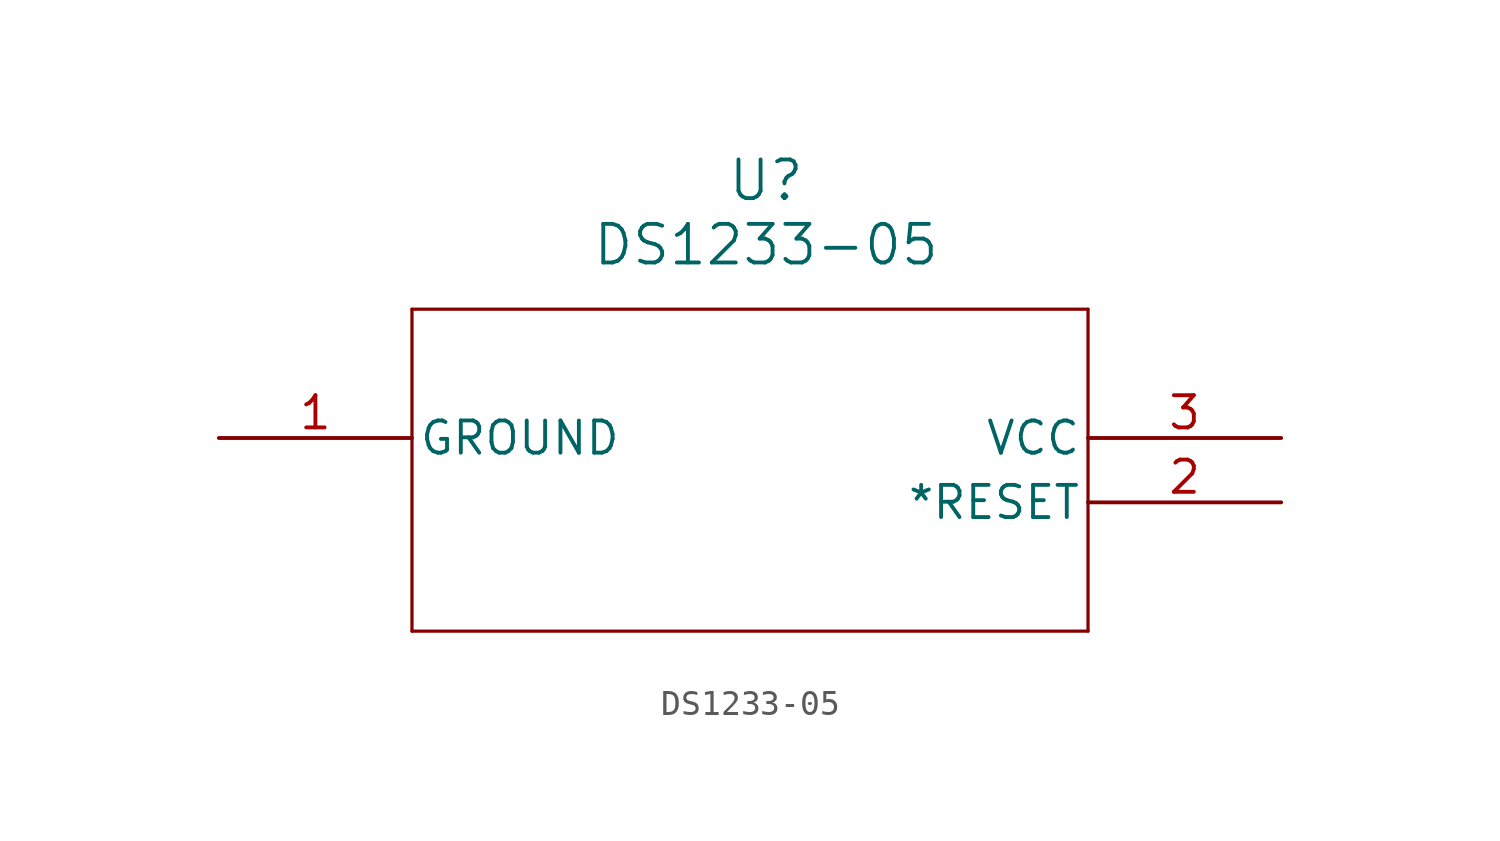
<source format=kicad_sym>
(kicad_symbol_lib
  (version 20220914)
  (generator kicad_symbol_editor)
  (symbol "DS1233-05"
    (pin_names
      (offset 0.254))
    (property "Reference" "U"
      (at 21.59 10.16 0)
      (effects (font (size 1.524 1.524))))
    (property "Value" "DS1233-05"
      (at 21.59 7.62 0)
      (effects (font (size 1.524 1.524))))
    (symbol "DS1233-05_0_1"
      (polyline (pts (xy 7.62 -7.62) (xy 34.29 -7.62)) (stroke (width 0.127) (type default)) (fill (type none)))
      (polyline (pts (xy 7.62 5.08) (xy 7.62 -7.62)) (stroke (width 0.127) (type default)) (fill (type none)))
      (polyline (pts (xy 34.29 -7.62) (xy 34.29 5.08)) (stroke (width 0.127) (type default)) (fill (type none)))
      (polyline (pts (xy 34.29 5.08) (xy 7.62 5.08)) (stroke (width 0.127) (type default)) (fill (type none)))
      (pin power_in line (at 0 0 0) (length 7.62) (name "GROUND" (effects (font (size 1.27 1.27)))) (number "1" (effects (font (size 1.27 1.27)))))
      (pin power_in line (at 41.91 0 180) (length 7.62) (name "VCC" (effects (font (size 1.27 1.27)))) (number "3" (effects (font (size 1.27 1.27))))))
    (symbol "DS1233-05_1_1"
      (pin output line (at 41.91 -2.54 180) (length 7.62) (name "*RESET" (effects (font (size 1.27 1.27)))) (number "2" (effects (font (size 1.27 1.27))))))))
</source>
